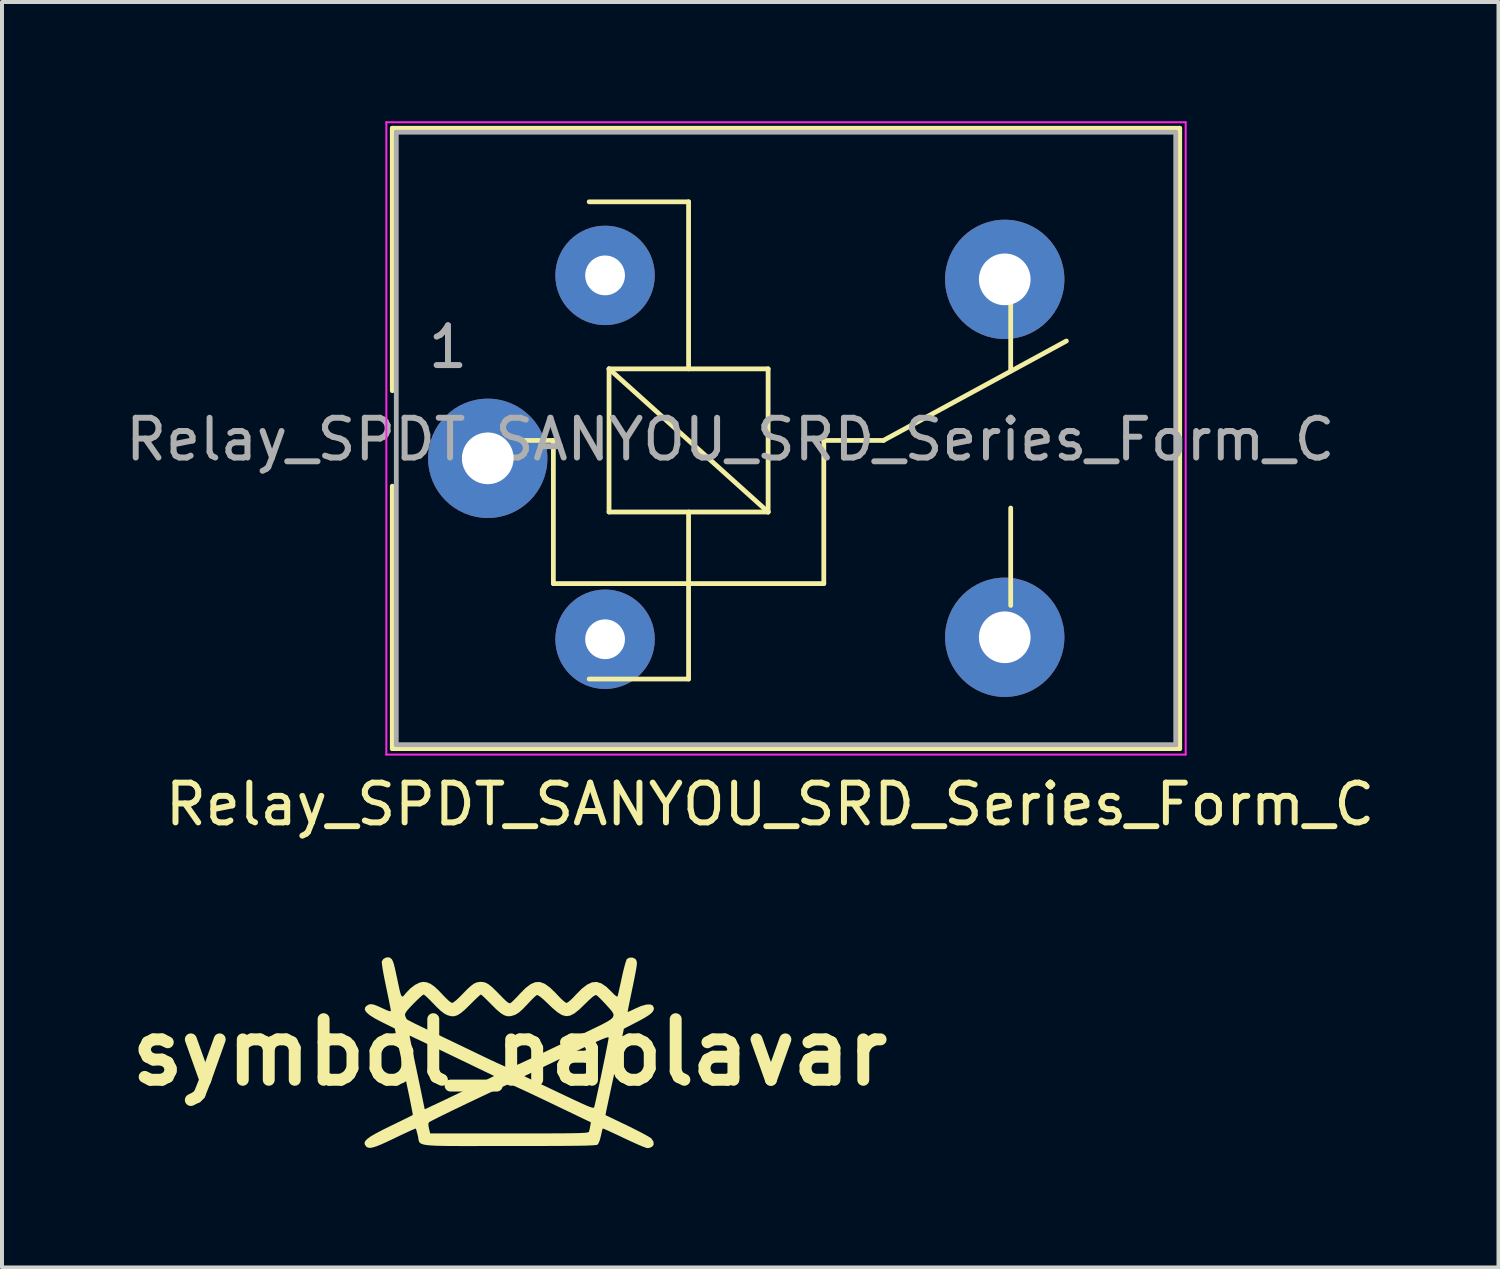
<source format=kicad_pcb>
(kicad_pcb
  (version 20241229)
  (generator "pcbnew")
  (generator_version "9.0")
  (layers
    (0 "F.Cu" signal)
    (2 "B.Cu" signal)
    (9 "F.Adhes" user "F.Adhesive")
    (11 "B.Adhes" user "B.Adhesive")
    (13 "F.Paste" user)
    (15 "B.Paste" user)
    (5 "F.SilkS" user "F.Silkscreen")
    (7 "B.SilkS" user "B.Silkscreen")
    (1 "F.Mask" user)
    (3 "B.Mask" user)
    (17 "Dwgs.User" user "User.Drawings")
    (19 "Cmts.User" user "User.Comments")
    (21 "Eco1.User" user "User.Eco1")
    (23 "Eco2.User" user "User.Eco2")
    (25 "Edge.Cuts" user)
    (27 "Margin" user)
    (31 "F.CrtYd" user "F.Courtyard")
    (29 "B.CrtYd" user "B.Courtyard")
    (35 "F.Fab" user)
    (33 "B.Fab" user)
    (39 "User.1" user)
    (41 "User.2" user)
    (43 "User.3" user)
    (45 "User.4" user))
  (footprint "symbol_naolavar"
    (layer "F.Cu")
    (at 9.768 23.413)
    (property "Reference" "symbol_naolavar" (at 0 0 0) (layer "F.SilkS") (effects (font (size 1.524 1.524) (thickness 0.3))))
    (attr board_only exclude_from_pos_files exclude_from_bom)
    (fp_poly (pts (xy -3.015 -2.381) (xy -2.985 -2.361) (xy -2.96 -2.334) (xy -2.938 -2.29) (xy -2.915 -2.224) (xy -2.89 -2.126) (xy -2.86 -1.989) (xy -2.833 -1.865) (xy -2.796 -1.689) (xy -2.768 -1.56) (xy -2.745 -1.472) (xy -2.725 -1.422) (xy -2.704 -1.403) (xy -2.68 -1.412) (xy -2.65 -1.443) (xy -2.611 -1.491) (xy -2.607 -1.496) (xy -2.498 -1.609) (xy -2.381 -1.698) (xy -2.266 -1.755) (xy -2.175 -1.773) (xy -2.083 -1.761) (xy -1.992 -1.724) (xy -1.894 -1.655) (xy -1.781 -1.55) (xy -1.701 -1.465) (xy -1.606 -1.366) (xy -1.527 -1.292) (xy -1.469 -1.251) (xy -1.448 -1.244) (xy -1.408 -1.263) (xy -1.341 -1.316) (xy -1.255 -1.397) (xy -1.183 -1.471) (xy -1.066 -1.591) (xy -0.973 -1.675) (xy -0.897 -1.73) (xy -0.828 -1.76) (xy -0.757 -1.772) (xy -0.728 -1.773) (xy -0.658 -1.767) (xy -0.593 -1.747) (xy -0.524 -1.706) (xy -0.443 -1.64) (xy -0.342 -1.542) (xy -0.258 -1.457) (xy -0.159 -1.355) (xy -0.088 -1.287) (xy -0.039 -1.249) (xy -0.005 -1.235) (xy 0.02 -1.24) (xy 0.057 -1.27) (xy 0.119 -1.33) (xy 0.197 -1.41) (xy 0.258 -1.476) (xy 0.399 -1.619) (xy 0.527 -1.716) (xy 0.645 -1.766) (xy 0.762 -1.769) (xy 0.882 -1.724) (xy 1.01 -1.632) (xy 1.154 -1.493) (xy 1.199 -1.444) (xy 1.283 -1.356) (xy 1.356 -1.289) (xy 1.41 -1.25) (xy 1.429 -1.244) (xy 1.467 -1.263) (xy 1.531 -1.315) (xy 1.61 -1.392) (xy 1.658 -1.445) (xy 1.809 -1.598) (xy 1.944 -1.703) (xy 2.068 -1.761) (xy 2.187 -1.771) (xy 2.305 -1.734) (xy 2.429 -1.65) (xy 2.553 -1.53) (xy 2.631 -1.451) (xy 2.685 -1.409) (xy 2.711 -1.405) (xy 2.711 -1.407) (xy 2.721 -1.444) (xy 2.739 -1.523) (xy 2.764 -1.634) (xy 2.794 -1.77) (xy 2.817 -1.877) (xy 2.85 -2.024) (xy 2.883 -2.155) (xy 2.912 -2.259) (xy 2.936 -2.328) (xy 2.947 -2.35) (xy 3.01 -2.382) (xy 3.087 -2.383) (xy 3.152 -2.355) (xy 3.166 -2.34) (xy 3.182 -2.315) (xy 3.193 -2.287) (xy 3.197 -2.249) (xy 3.194 -2.195) (xy 3.183 -2.117) (xy 3.164 -2.01) (xy 3.136 -1.866) (xy 3.098 -1.679) (xy 3.082 -1.605) (xy 3.048 -1.438) (xy 3.017 -1.289) (xy 2.992 -1.165) (xy 2.974 -1.075) (xy 2.964 -1.025) (xy 2.963 -1.018) (xy 2.985 -1.022) (xy 3.042 -1.047) (xy 3.124 -1.086) (xy 3.144 -1.096) (xy 3.302 -1.165) (xy 3.432 -1.202) (xy 3.531 -1.206) (xy 3.597 -1.178) (xy 3.624 -1.117) (xy 3.625 -1.102) (xy 3.613 -1.051) (xy 3.575 -0.999) (xy 3.504 -0.94) (xy 3.397 -0.872) (xy 3.247 -0.789) (xy 3.18 -0.754) (xy 2.871 -0.595) (xy 2.654 0.41) (xy 2.606 0.636) (xy 2.56 0.849) (xy 2.519 1.042) (xy 2.483 1.209) (xy 2.455 1.344) (xy 2.434 1.44) (xy 2.423 1.492) (xy 2.423 1.496) (xy 2.407 1.577) (xy 2.951 1.838) (xy 3.111 1.917) (xy 3.259 1.992) (xy 3.386 2.059) (xy 3.484 2.114) (xy 3.546 2.153) (xy 3.56 2.164) (xy 3.614 2.244) (xy 3.619 2.317) (xy 3.58 2.374) (xy 3.501 2.405) (xy 3.461 2.408) (xy 3.419 2.397) (xy 3.338 2.366) (xy 3.225 2.318) (xy 3.089 2.257) (xy 2.936 2.186) (xy 2.872 2.156) (xy 2.719 2.083) (xy 2.583 2.02) (xy 2.47 1.968) (xy 2.388 1.932) (xy 2.344 1.914) (xy 2.338 1.913) (xy 2.329 1.941) (xy 2.313 2.007) (xy 2.293 2.097) (xy 2.291 2.104) (xy 2.263 2.212) (xy 2.23 2.29) (xy 2.206 2.321) (xy 2.188 2.327) (xy 2.15 2.332) (xy 2.09 2.337) (xy 2.003 2.341) (xy 1.888 2.345) (xy 1.741 2.348) (xy 1.56 2.35) (xy 1.341 2.352) (xy 1.081 2.353) (xy 0.777 2.354) (xy 0.427 2.355) (xy 0.028 2.355) (xy -0.014 2.355) (xy -0.411 2.355) (xy -0.759 2.355) (xy -1.06 2.356) (xy -1.318 2.355) (xy -1.537 2.354) (xy -1.72 2.351) (xy -1.87 2.347) (xy -1.991 2.34) (xy -2.085 2.331) (xy -2.157 2.319) (xy -2.21 2.304) (xy -2.246 2.285) (xy -2.27 2.262) (xy -2.285 2.235) (xy -2.293 2.202) (xy -2.299 2.165) (xy -2.306 2.122) (xy -2.312 2.093) (xy -2.334 2.006) (xy -2.352 1.942) (xy -2.362 1.915) (xy -2.388 1.923) (xy -2.454 1.951) (xy -2.554 1.996) (xy -2.679 2.054) (xy -2.824 2.123) (xy -2.871 2.146) (xy -3.071 2.241) (xy -3.229 2.313) (xy -3.352 2.362) (xy -3.445 2.391) (xy -3.514 2.402) (xy -3.564 2.396) (xy -3.601 2.374) (xy -3.607 2.369) (xy -3.642 2.323) (xy -3.652 2.278) (xy -3.633 2.23) (xy -3.582 2.176) (xy -3.496 2.113) (xy -3.37 2.04) (xy -3.203 1.952) (xy -2.994 1.849) (xy -2.875 1.791) (xy -2.046 1.791) (xy -2.043 1.852) (xy -2.031 1.912) (xy -2.002 2.037) (xy -0.011 2.037) (xy 0.362 2.037) (xy 0.685 2.037) (xy 0.963 2.037) (xy 1.198 2.036) (xy 1.394 2.035) (xy 1.555 2.033) (xy 1.684 2.031) (xy 1.785 2.028) (xy 1.861 2.024) (xy 1.916 2.02) (xy 1.953 2.014) (xy 1.976 2.008) (xy 1.989 2.001) (xy 1.994 1.992) (xy 1.994 1.991) (xy 2.008 1.933) (xy 2.023 1.857) (xy 2.024 1.852) (xy 2.04 1.759) (xy 1.035 1.277) (xy 0.82 1.174) (xy 0.618 1.078) (xy 0.436 0.992) (xy 0.277 0.919) (xy 0.149 0.86) (xy 0.054 0.819) (xy -0.000462 0.797) (xy -0.011 0.794) (xy -0.043 0.805) (xy -0.116 0.836) (xy -0.225 0.885) (xy -0.362 0.948) (xy -0.522 1.023) (xy -0.699 1.106) (xy -0.886 1.195) (xy -1.078 1.286) (xy -1.268 1.378) (xy -1.45 1.465) (xy -1.617 1.547) (xy -1.764 1.619) (xy -1.885 1.68) (xy -1.973 1.725) (xy -2.022 1.752) (xy -2.029 1.757) (xy -2.046 1.791) (xy -2.875 1.791) (xy -2.838 1.773) (xy -2.698 1.705) (xy -2.582 1.648) (xy -2.496 1.605) (xy -2.447 1.579) (xy -2.439 1.574) (xy -2.441 1.547) (xy -2.454 1.473) (xy -2.476 1.358) (xy -2.506 1.208) (xy -2.543 1.028) (xy -2.586 0.823) (xy -2.634 0.599) (xy -2.659 0.48) (xy -2.854 -0.423) (xy -2.519 -0.423) (xy -2.502 -0.324) (xy -2.492 -0.274) (xy -2.472 -0.179) (xy -2.445 -0.047) (xy -2.412 0.115) (xy -2.373 0.3) (xy -2.331 0.5) (xy -2.313 0.585) (xy -2.271 0.785) (xy -2.233 0.968) (xy -2.2 1.128) (xy -2.174 1.258) (xy -2.154 1.352) (xy -2.144 1.404) (xy -2.143 1.412) (xy -2.134 1.429) (xy -2.109 1.418) (xy -2.042 1.387) (xy -1.939 1.338) (xy -1.805 1.275) (xy -1.647 1.201) (xy -1.471 1.117) (xy -1.387 1.076) (xy -1.197 0.985) (xy -1.016 0.899) (xy -0.853 0.82) (xy -0.713 0.753) (xy -0.605 0.7) (xy -0.535 0.665) (xy -0.521 0.658) (xy -0.405 0.599) (xy 0.365 0.599) (xy 1.234 1.013) (xy 1.464 1.122) (xy 1.65 1.21) (xy 1.798 1.278) (xy 1.911 1.329) (xy 1.995 1.364) (xy 2.054 1.384) (xy 2.091 1.393) (xy 2.113 1.391) (xy 2.122 1.382) (xy 2.132 1.346) (xy 2.151 1.264) (xy 2.178 1.144) (xy 2.211 0.991) (xy 2.249 0.814) (xy 2.291 0.617) (xy 2.314 0.507) (xy 2.356 0.303) (xy 2.395 0.115) (xy 2.428 -0.052) (xy 2.456 -0.191) (xy 2.475 -0.294) (xy 2.486 -0.356) (xy 2.487 -0.37) (xy 2.482 -0.378) (xy 2.463 -0.379) (xy 2.428 -0.37) (xy 2.374 -0.351) (xy 2.298 -0.32) (xy 2.197 -0.276) (xy 2.067 -0.217) (xy 1.906 -0.142) (xy 1.711 -0.05) (xy 1.478 0.061) (xy 1.205 0.193) (xy 0.889 0.345) (xy 0.771 0.402) (xy 0.365 0.599) (xy -0.405 0.599) (xy -0.394 0.593) (xy -1.116 0.245) (xy -1.318 0.148) (xy -1.523 0.049) (xy -1.721 -0.046) (xy -1.903 -0.132) (xy -2.057 -0.205) (xy -2.174 -0.261) (xy -2.179 -0.263) (xy -2.519 -0.423) (xy -2.854 -0.423) (xy -2.892 -0.601) (xy -3.208 -0.757) (xy -3.391 -0.853) (xy -3.524 -0.937) (xy -3.549 -0.959) (xy -2.633 -0.959) (xy -2.631 -0.926) (xy -2.608 -0.863) (xy -2.585 -0.83) (xy -2.552 -0.81) (xy -2.479 -0.771) (xy -2.374 -0.718) (xy -2.244 -0.655) (xy -2.098 -0.585) (xy -2.077 -0.575) (xy -1.927 -0.503) (xy -1.74 -0.414) (xy -1.529 -0.313) (xy -1.304 -0.205) (xy -1.077 -0.096) (xy -0.859 0.009) (xy -0.833 0.022) (xy -0.645 0.112) (xy -0.471 0.195) (xy -0.317 0.267) (xy -0.188 0.325) (xy -0.092 0.368) (xy -0.034 0.391) (xy -0.02 0.395) (xy 0.015 0.384) (xy 0.092 0.354) (xy 0.202 0.306) (xy 0.339 0.244) (xy 0.497 0.171) (xy 0.655 0.097) (xy 0.868 -0.005) (xy 1.112 -0.121) (xy 1.369 -0.244) (xy 1.622 -0.366) (xy 1.855 -0.477) (xy 1.937 -0.517) (xy 2.15 -0.619) (xy 2.318 -0.701) (xy 2.445 -0.769) (xy 2.534 -0.825) (xy 2.588 -0.875) (xy 2.611 -0.923) (xy 2.604 -0.973) (xy 2.572 -1.029) (xy 2.516 -1.096) (xy 2.441 -1.179) (xy 2.42 -1.202) (xy 2.335 -1.293) (xy 2.26 -1.369) (xy 2.203 -1.421) (xy 2.175 -1.441) (xy 2.14 -1.434) (xy 2.081 -1.393) (xy 1.994 -1.315) (xy 1.895 -1.219) (xy 1.749 -1.078) (xy 1.627 -0.98) (xy 1.519 -0.924) (xy 1.417 -0.91) (xy 1.314 -0.938) (xy 1.201 -1.008) (xy 1.069 -1.12) (xy 0.977 -1.208) (xy 0.855 -1.324) (xy 0.765 -1.4) (xy 0.706 -1.437) (xy 0.682 -1.441) (xy 0.648 -1.416) (xy 0.588 -1.36) (xy 0.511 -1.281) (xy 0.439 -1.204) (xy 0.327 -1.087) (xy 0.237 -1.007) (xy 0.158 -0.955) (xy 0.118 -0.938) (xy 0.028 -0.911) (xy -0.055 -0.908) (xy -0.137 -0.932) (xy -0.227 -0.987) (xy -0.333 -1.077) (xy -0.463 -1.206) (xy -0.464 -1.207) (xy -0.555 -1.299) (xy -0.634 -1.376) (xy -0.693 -1.43) (xy -0.724 -1.455) (xy -0.726 -1.455) (xy -0.752 -1.437) (xy -0.806 -1.388) (xy -0.883 -1.315) (xy -0.973 -1.225) (xy -0.992 -1.206) (xy -1.123 -1.078) (xy -1.229 -0.988) (xy -1.318 -0.933) (xy -1.4 -0.908) (xy -1.481 -0.91) (xy -1.569 -0.936) (xy -1.571 -0.937) (xy -1.647 -0.976) (xy -1.735 -1.044) (xy -1.843 -1.146) (xy -1.912 -1.218) (xy -2 -1.309) (xy -2.077 -1.384) (xy -2.135 -1.435) (xy -2.165 -1.455) (xy -2.165 -1.455) (xy -2.194 -1.437) (xy -2.252 -1.388) (xy -2.329 -1.316) (xy -2.418 -1.227) (xy -2.421 -1.224) (xy -2.518 -1.123) (xy -2.581 -1.05) (xy -2.618 -0.998) (xy -2.633 -0.959) (xy -3.549 -0.959) (xy -3.608 -1.011) (xy -3.645 -1.075) (xy -3.636 -1.132) (xy -3.592 -1.176) (xy -3.54 -1.205) (xy -3.484 -1.213) (xy -3.413 -1.2) (xy -3.317 -1.163) (xy -3.207 -1.112) (xy -3.099 -1.063) (xy -3.032 -1.037) (xy -2.997 -1.034) (xy -2.99 -1.047) (xy -2.995 -1.084) (xy -3.01 -1.164) (xy -3.033 -1.28) (xy -3.062 -1.423) (xy -3.096 -1.586) (xy -3.111 -1.657) (xy -3.146 -1.827) (xy -3.176 -1.982) (xy -3.199 -2.114) (xy -3.213 -2.215) (xy -3.218 -2.275) (xy -3.218 -2.287) (xy -3.179 -2.347) (xy -3.113 -2.385) (xy -3.04 -2.39)) (stroke (width 0) (type solid)) (fill yes) (layer "F.SilkS")))
  (footprint "Relay_SPDT_SANYOU_SRD_Series_Form_C"
    (layer "F.Cu")
    (at 8.215 7.975)
    (property "Reference" "Relay_SPDT_SANYOU_SRD_Series_Form_C" (at 8.1 9.2 0) (layer "F.SilkS") (effects (font (size 1 1) (thickness 0.15))))
    (attr through_hole)
    (fp_line (start -1.4 -7.8) (end -1.4 -1.2) (stroke (width 0.12) (type solid)) (layer "F.SilkS"))
    (fp_line (start -1.4 -7.8) (end 18.4 -7.8) (stroke (width 0.12) (type solid)) (layer "F.SilkS"))
    (fp_line (start -1.4 1.2) (end -1.4 7.8) (stroke (width 0.12) (type solid)) (layer "F.SilkS"))
    (fp_line (start 2.65 0.05) (end 1.85 0.05) (stroke (width 0.12) (type solid)) (layer "F.SilkS"))
    (fp_line (start 2.65 0.05) (end 2.65 3.65) (stroke (width 0.12) (type solid)) (layer "F.SilkS"))
    (fp_line (start 3.55 6.05) (end 6.05 6.05) (stroke (width 0.12) (type solid)) (layer "F.SilkS"))
    (fp_line (start 4.05 -1.75) (end 8.05 -1.75) (stroke (width 0.12) (type solid)) (layer "F.SilkS"))
    (fp_line (start 4.05 1.85) (end 4.05 -1.75) (stroke (width 0.12) (type solid)) (layer "F.SilkS"))
    (fp_line (start 6.05 -5.95) (end 3.55 -5.95) (stroke (width 0.12) (type solid)) (layer "F.SilkS"))
    (fp_line (start 6.05 -5.95) (end 6.05 -1.75) (stroke (width 0.12) (type solid)) (layer "F.SilkS"))
    (fp_line (start 6.05 1.85) (end 6.05 6.05) (stroke (width 0.12) (type solid)) (layer "F.SilkS"))
    (fp_line (start 8.05 -1.75) (end 8.05 1.85) (stroke (width 0.12) (type solid)) (layer "F.SilkS"))
    (fp_line (start 8.05 1.85) (end 4.05 -1.75) (stroke (width 0.12) (type solid)) (layer "F.SilkS"))
    (fp_line (start 8.05 1.85) (end 4.05 1.85) (stroke (width 0.12) (type solid)) (layer "F.SilkS"))
    (fp_line (start 9.45 0.05) (end 9.45 3.65) (stroke (width 0.12) (type solid)) (layer "F.SilkS"))
    (fp_line (start 9.45 0.05) (end 10.95 0.05) (stroke (width 0.12) (type solid)) (layer "F.SilkS"))
    (fp_line (start 9.45 3.65) (end 2.65 3.65) (stroke (width 0.12) (type solid)) (layer "F.SilkS"))
    (fp_line (start 10.95 0.05) (end 15.55 -2.45) (stroke (width 0.12) (type solid)) (layer "F.SilkS"))
    (fp_line (start 14.15 -4.2) (end 14.15 -1.7) (stroke (width 0.12) (type solid)) (layer "F.SilkS"))
    (fp_line (start 14.15 4.2) (end 14.15 1.75) (stroke (width 0.12) (type solid)) (layer "F.SilkS"))
    (fp_line (start 18.4 -7.8) (end 18.4 7.8) (stroke (width 0.12) (type solid)) (layer "F.SilkS"))
    (fp_line (start 18.4 7.8) (end -1.4 7.8) (stroke (width 0.12) (type solid)) (layer "F.SilkS"))
    (fp_line (start -1.55 7.95) (end -1.55 -7.95) (stroke (width 0.05) (type solid)) (layer "F.CrtYd"))
    (fp_line (start -1.55 7.95) (end 18.55 7.95) (stroke (width 0.05) (type solid)) (layer "F.CrtYd"))
    (fp_line (start 18.55 -7.95) (end -1.55 -7.95) (stroke (width 0.05) (type solid)) (layer "F.CrtYd"))
    (fp_line (start 18.55 -7.95) (end 18.55 7.95) (stroke (width 0.05) (type solid)) (layer "F.CrtYd"))
    (fp_line (start -1.3 -7.7) (end 18.3 -7.7) (stroke (width 0.12) (type solid)) (layer "F.Fab"))
    (fp_line (start -1.3 7.7) (end -1.3 -7.7) (stroke (width 0.12) (type solid)) (layer "F.Fab"))
    (fp_line (start 18.3 -7.7) (end 18.3 7.7) (stroke (width 0.12) (type solid)) (layer "F.Fab"))
    (fp_line (start 18.3 7.7) (end -1.3 7.7) (stroke (width 0.12) (type solid)) (layer "F.Fab"))
    (fp_text user "${REFERENCE}" (at 7.1 0.025 0) (layer "F.Fab") (effects (font (size 1 1) (thickness 0.15))))
    (fp_text user "1" (at 0 -2.3 0) (layer "F.Fab") (effects (font (size 1 1) (thickness 0.15))))
    (pad "1" thru_hole circle (at 1 0.5 90) (size 3 3) (drill 1.3) (layers "*.Cu" "*.Mask"))
    (pad "2" thru_hole circle (at 3.95 5.05 90) (size 2.5 2.5) (drill 1) (layers "*.Cu" "*.Mask"))
    (pad "3" thru_hole circle (at 14 5 90) (size 3 3) (drill 1.3) (layers "*.Cu" "*.Mask"))
    (pad "4" thru_hole circle (at 14 -4 90) (size 3 3) (drill 1.3) (layers "*.Cu" "*.Mask"))
    (pad "5" thru_hole circle (at 3.95 -4.1 90) (size 2.5 2.5) (drill 1) (layers "*.Cu" "*.Mask")))
  (gr_rect
    (start -3 -3)
    (end 34.631 28.821)
    (stroke (width 0.1) (type default))
    (fill no)
    (layer "Edge.Cuts")))
</source>
